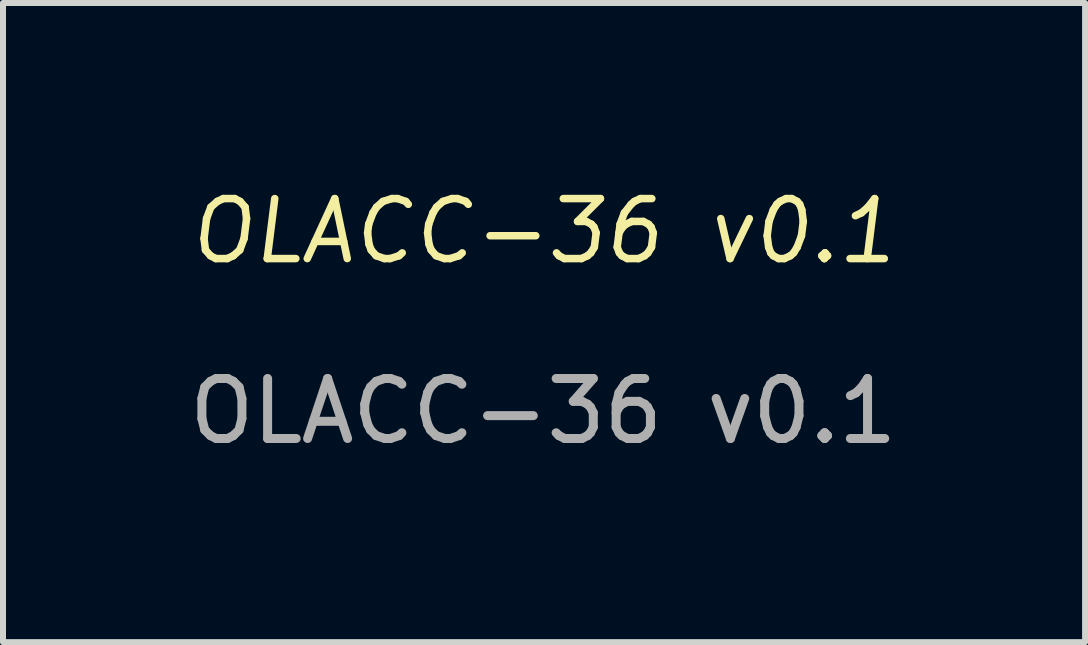
<source format=kicad_pcb>
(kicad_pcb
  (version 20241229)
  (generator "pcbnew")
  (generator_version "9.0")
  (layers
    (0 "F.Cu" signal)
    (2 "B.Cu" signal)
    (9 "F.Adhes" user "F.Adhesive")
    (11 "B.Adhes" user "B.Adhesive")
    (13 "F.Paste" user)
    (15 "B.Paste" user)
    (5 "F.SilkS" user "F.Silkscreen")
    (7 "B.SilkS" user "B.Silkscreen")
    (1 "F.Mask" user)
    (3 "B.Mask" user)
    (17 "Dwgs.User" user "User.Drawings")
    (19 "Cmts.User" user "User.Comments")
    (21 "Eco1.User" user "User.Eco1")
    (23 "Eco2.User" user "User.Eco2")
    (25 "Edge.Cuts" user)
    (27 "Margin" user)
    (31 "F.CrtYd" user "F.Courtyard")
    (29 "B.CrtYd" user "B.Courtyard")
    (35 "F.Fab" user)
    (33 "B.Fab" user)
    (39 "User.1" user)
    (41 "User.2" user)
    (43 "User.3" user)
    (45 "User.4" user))
  (footprint "OLACC-36 v0.1"
    (layer "F.Cu")
    (at 6.006 1.304)
    (property "Reference" "OLACC-36 v0.1" (at 0 -0.5 0) (unlocked yes) (layer "F.SilkS") (effects (font (size 1 1) (thickness 0.125) (italic yes))))
    (attr smd)
    (fp_text user "${REFERENCE}" (at 0 2.5 0) (unlocked yes) (layer "F.Fab") (effects (font (size 1 1) (thickness 0.15)))))
  (gr_rect
    (start -3 -3)
    (end 15.037 7.653)
    (stroke (width 0.1) (type default))
    (fill no)
    (layer "Edge.Cuts")))
</source>
